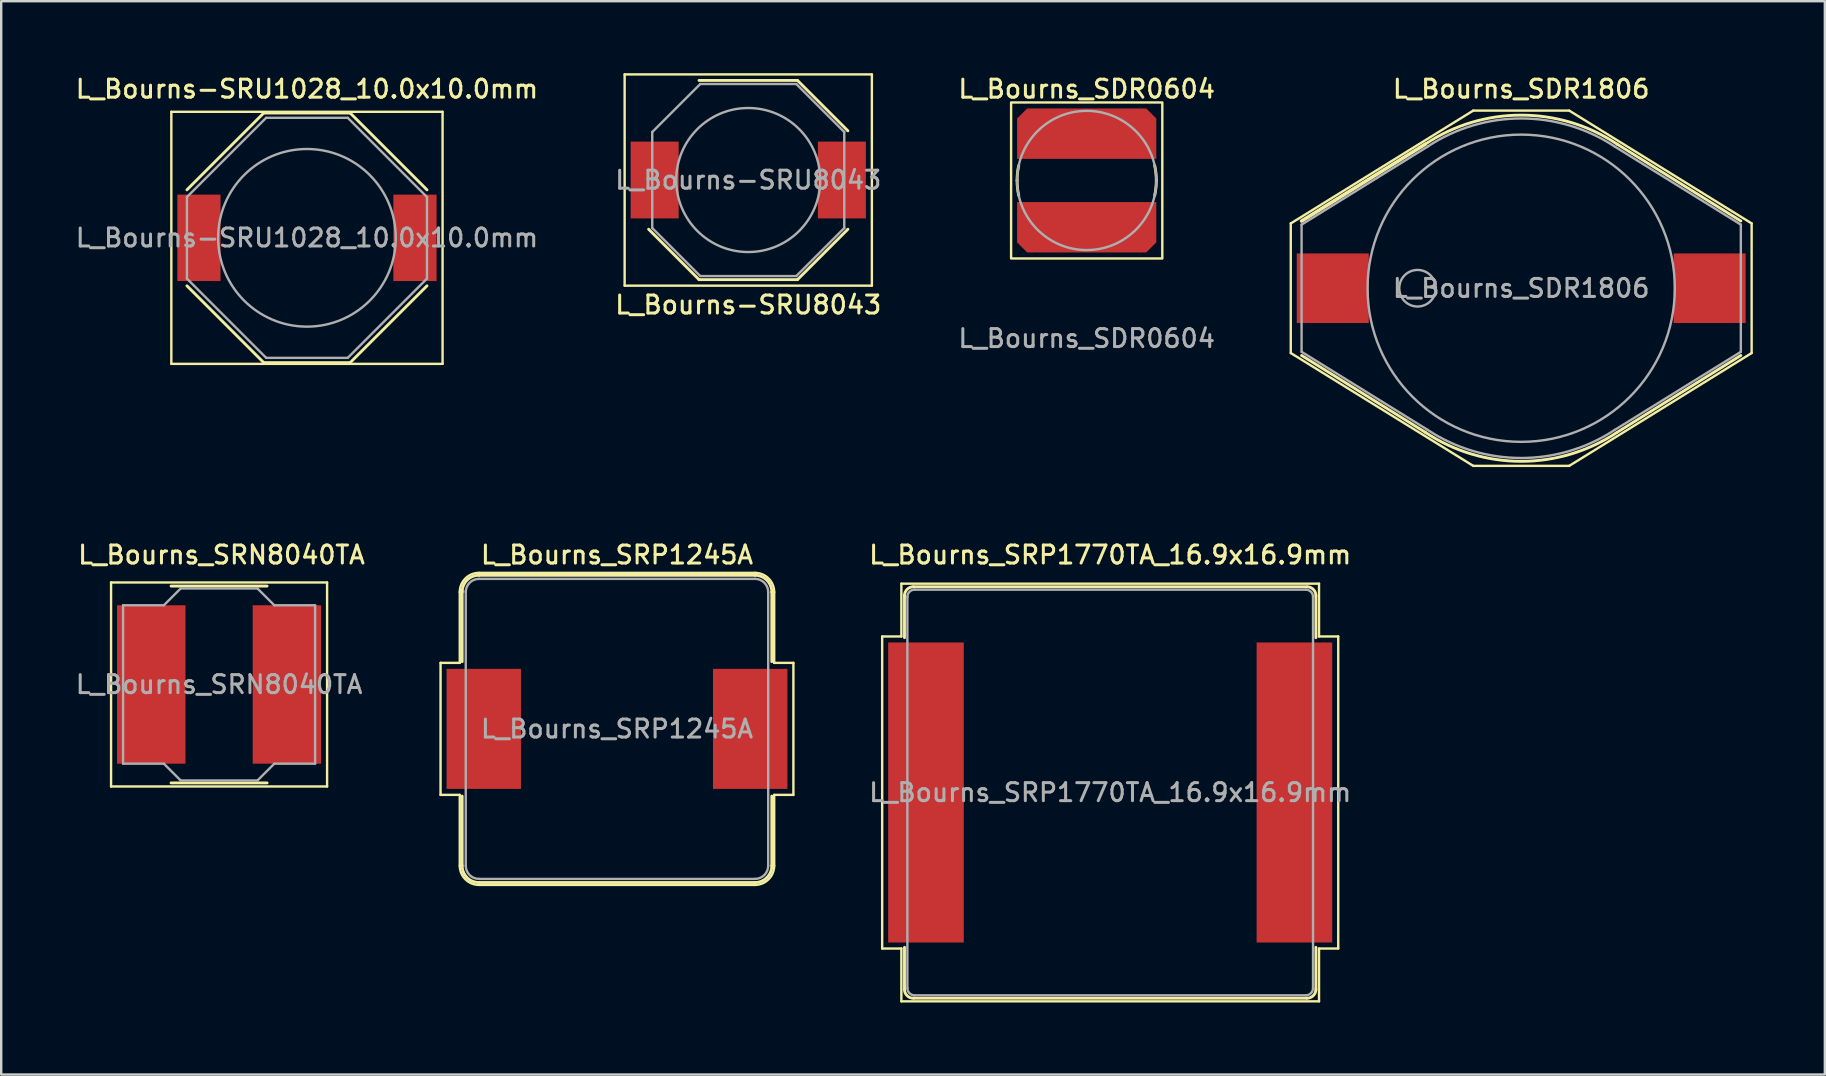
<source format=kicad_pcb>
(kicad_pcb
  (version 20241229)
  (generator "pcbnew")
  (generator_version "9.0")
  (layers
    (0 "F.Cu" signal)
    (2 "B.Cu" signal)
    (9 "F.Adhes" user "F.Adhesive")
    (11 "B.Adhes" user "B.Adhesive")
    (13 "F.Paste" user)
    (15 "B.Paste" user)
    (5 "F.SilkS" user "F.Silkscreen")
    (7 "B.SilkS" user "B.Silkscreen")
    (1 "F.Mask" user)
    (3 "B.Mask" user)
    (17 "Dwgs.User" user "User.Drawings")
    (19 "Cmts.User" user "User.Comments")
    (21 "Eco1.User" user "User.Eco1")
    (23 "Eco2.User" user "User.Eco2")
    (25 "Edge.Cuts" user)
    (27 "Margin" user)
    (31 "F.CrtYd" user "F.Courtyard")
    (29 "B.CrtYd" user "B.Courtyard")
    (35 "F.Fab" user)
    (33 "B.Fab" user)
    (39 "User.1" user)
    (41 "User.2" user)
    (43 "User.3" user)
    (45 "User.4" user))
  (footprint "L_Bourns-SRU8043"
    (layer "F.Cu")
    (at 28.123 4.45)
    (property "Reference" "L_Bourns-SRU8043" (at 0 5.2 0) (layer "F.SilkS") (effects (font (size 0.75 0.75) (thickness 0.125))))
    (attr smd)
    (fp_line (start -5.15 -4.4) (end 5.15 -4.4) (stroke (width 0.1) (type solid)) (layer "F.SilkS"))
    (fp_line (start -5.15 4.4) (end -5.15 -4.4) (stroke (width 0.1) (type solid)) (layer "F.SilkS"))
    (fp_line (start -2.05 -4.15) (end 2.05 -4.15) (stroke (width 0.12) (type solid)) (layer "F.SilkS"))
    (fp_line (start -2.05 4.15) (end -4.15 2.05) (stroke (width 0.12) (type solid)) (layer "F.SilkS"))
    (fp_line (start 2.05 -4.15) (end 4.15 -2.05) (stroke (width 0.12) (type solid)) (layer "F.SilkS"))
    (fp_line (start 2.05 4.15) (end -2.05 4.15) (stroke (width 0.12) (type solid)) (layer "F.SilkS"))
    (fp_line (start 2.05 4.15) (end 4.15 2.05) (stroke (width 0.12) (type solid)) (layer "F.SilkS"))
    (fp_line (start 5.15 -4.4) (end 5.15 4.4) (stroke (width 0.1) (type solid)) (layer "F.SilkS"))
    (fp_line (start 5.15 4.4) (end -5.15 4.4) (stroke (width 0.1) (type solid)) (layer "F.SilkS"))
    (fp_line (start -4 -2) (end -2 -4) (stroke (width 0.1) (type solid)) (layer "F.Fab"))
    (fp_line (start -4 2) (end -4 -2) (stroke (width 0.1) (type solid)) (layer "F.Fab"))
    (fp_line (start -2 -4) (end 2 -4) (stroke (width 0.1) (type solid)) (layer "F.Fab"))
    (fp_line (start -2 4) (end -4 2) (stroke (width 0.1) (type solid)) (layer "F.Fab"))
    (fp_line (start 2 -4) (end 4 -2) (stroke (width 0.1) (type solid)) (layer "F.Fab"))
    (fp_line (start 2 4) (end -2 4) (stroke (width 0.1) (type solid)) (layer "F.Fab"))
    (fp_line (start 4 -2) (end 4 2) (stroke (width 0.1) (type solid)) (layer "F.Fab"))
    (fp_line (start 4 2) (end 2 4) (stroke (width 0.1) (type solid)) (layer "F.Fab"))
    (fp_circle (center 0 0) (end 0 -3) (stroke (width 0.1) (type solid)) (fill no) (layer "F.Fab"))
    (fp_text user "${REFERENCE}" (at 0 0 0) (layer "F.Fab") (effects (font (size 0.75 0.75) (thickness 0.125))))
    (pad "1" smd rect (at -3.9 0) (size 2 3.2) (layers "F.Cu" "F.Mask" "F.Paste"))
    (pad "2" smd rect (at 3.9 0) (size 2 3.2) (layers "F.Cu" "F.Mask" "F.Paste")))
  (footprint "L_Bourns_SDR0604"
    (layer "F.Cu")
    (at 42.223 4.468)
    (property "Reference" "L_Bourns_SDR0604" (at 0 -3.81 0) (unlocked yes) (layer "F.SilkS") (effects (font (size 0.75 0.75) (thickness 0.125))))
    (attr smd)
    (fp_rect (start -3.15 -3.25) (end 3.15 3.25) (stroke (width 0.1) (type default)) (fill no) (layer "F.SilkS"))
    (fp_arc (start -2.9 0) (mid -2.883018 -0.313385) (end -2.832269 -0.623099) (stroke (width 0.12) (type default)) (layer "F.SilkS"))
    (fp_arc (start -2.831919 0.624688) (mid -2.88293 0.314193) (end -2.9 0) (stroke (width 0.12) (type default)) (layer "F.SilkS"))
    (fp_arc (start 2.832559 -0.621781) (mid 2.883091 -0.312714) (end 2.9 0) (stroke (width 0.12) (type default)) (layer "F.SilkS"))
    (fp_arc (start 2.9 0) (mid 2.882818 0.3166) (end 2.831472 0.62948) (stroke (width 0.12) (type default)) (layer "F.SilkS"))
    (fp_circle (center 0 0) (end 2.9 0) (stroke (width 0.1) (type default)) (fill no) (layer "F.Fab"))
    (fp_text user "${REFERENCE}" (at 0 6.58 0) (unlocked yes) (layer "F.Fab") (effects (font (size 0.75 0.75) (thickness 0.125))))
    (pad "1" smd roundrect (at 0 -1.95) (size 5.8 2.1) (layers "F.Cu" "F.Mask" "F.Paste") (roundrect_rratio 0) (chamfer_ratio 0.2) (chamfer top_left top_right))
    (pad "2" smd roundrect (at 0 1.95 180) (size 5.8 2.1) (layers "F.Cu" "F.Mask" "F.Paste") (roundrect_rratio 0) (chamfer_ratio 0.2) (chamfer top_left top_right)))
  (footprint "L_Bourns_SRN8040TA"
    (layer "F.Cu")
    (at 6.077 25.466)
    (property "Reference" "L_Bourns_SRN8040TA" (at 0.1 -5.4 180) (layer "F.SilkS") (effects (font (size 0.75 0.75) (thickness 0.125))))
    (attr smd)
    (fp_line (start -4.5 -4.25) (end -4.5 4.25) (stroke (width 0.1) (type solid)) (layer "F.SilkS"))
    (fp_line (start -4.5 4.25) (end 4.5 4.25) (stroke (width 0.1) (type solid)) (layer "F.SilkS"))
    (fp_line (start 2 -4.1) (end -2 -4.1) (stroke (width 0.12) (type solid)) (layer "F.SilkS"))
    (fp_line (start 2 4.1) (end -2 4.1) (stroke (width 0.12) (type solid)) (layer "F.SilkS"))
    (fp_line (start 4.5 -4.25) (end -4.5 -4.25) (stroke (width 0.1) (type solid)) (layer "F.SilkS"))
    (fp_line (start 4.5 4.25) (end 4.5 -4.25) (stroke (width 0.1) (type solid)) (layer "F.SilkS"))
    (fp_line (start -4 3.3) (end -4 -3.3) (stroke (width 0.1) (type solid)) (layer "F.Fab"))
    (fp_line (start -2.3 -3.3) (end -4 -3.3) (stroke (width 0.1) (type solid)) (layer "F.Fab"))
    (fp_line (start -2.3 3.3) (end -4 3.3) (stroke (width 0.1) (type solid)) (layer "F.Fab"))
    (fp_line (start -1.6 -4) (end -2.3 -3.3) (stroke (width 0.1) (type solid)) (layer "F.Fab"))
    (fp_line (start -1.6 4) (end -2.3 3.3) (stroke (width 0.1) (type solid)) (layer "F.Fab"))
    (fp_line (start 1.6 -4) (end -1.6 -4) (stroke (width 0.1) (type solid)) (layer "F.Fab"))
    (fp_line (start 1.6 -4) (end 2.3 -3.3) (stroke (width 0.1) (type solid)) (layer "F.Fab"))
    (fp_line (start 1.6 4) (end -1.6 4) (stroke (width 0.1) (type solid)) (layer "F.Fab"))
    (fp_line (start 1.6 4) (end 2.3 3.3) (stroke (width 0.1) (type solid)) (layer "F.Fab"))
    (fp_line (start 2.3 -3.3) (end 4 -3.3) (stroke (width 0.1) (type solid)) (layer "F.Fab"))
    (fp_line (start 2.3 3.3) (end 4 3.3) (stroke (width 0.1) (type solid)) (layer "F.Fab"))
    (fp_line (start 4 -3.3) (end 4 3.3) (stroke (width 0.1) (type solid)) (layer "F.Fab"))
    (fp_text user "${REFERENCE}" (at 0 0 0) (layer "F.Fab") (effects (font (size 0.75 0.75) (thickness 0.125))))
    (pad "1" smd rect (at -2.825 0 270) (size 6.6 2.85) (layers "F.Cu" "F.Mask" "F.Paste"))
    (pad "2" smd rect (at 2.825 0 270) (size 6.6 2.85) (layers "F.Cu" "F.Mask" "F.Paste")))
  (footprint "L_Bourns_SRP1770TA_16.9x16.9mm"
    (layer "F.Cu")
    (at 43.202 29.966)
    (property "Reference" "L_Bourns_SRP1770TA_16.9x16.9mm" (at 0 -9.9 0) (layer "F.SilkS") (effects (font (size 0.75 0.75) (thickness 0.125))))
    (attr smd)
    (fp_line (start -9.5 -6.5) (end -9.5 6.5) (stroke (width 0.1) (type solid)) (layer "F.SilkS"))
    (fp_line (start -9.5 -6.5) (end -8.7 -6.5) (stroke (width 0.1) (type solid)) (layer "F.SilkS"))
    (fp_line (start -8.7 -8.7) (end -8.7 -6.5) (stroke (width 0.1) (type solid)) (layer "F.SilkS"))
    (fp_line (start -8.7 -8.7) (end 8.7 -8.7) (stroke (width 0.1) (type solid)) (layer "F.SilkS"))
    (fp_line (start -8.7 6.5) (end -9.5 6.5) (stroke (width 0.1) (type solid)) (layer "F.SilkS"))
    (fp_line (start -8.7 8.7) (end -8.7 6.5) (stroke (width 0.1) (type solid)) (layer "F.SilkS"))
    (fp_line (start -8.57 -8.2) (end -8.57 -6.45) (stroke (width 0.12) (type solid)) (layer "F.SilkS"))
    (fp_line (start -8.57 6.45) (end -8.57 8.2) (stroke (width 0.12) (type solid)) (layer "F.SilkS"))
    (fp_line (start -8.2 -8.57) (end 8.2 -8.57) (stroke (width 0.12) (type solid)) (layer "F.SilkS"))
    (fp_line (start 8.2 8.57) (end -8.2 8.57) (stroke (width 0.12) (type solid)) (layer "F.SilkS"))
    (fp_line (start 8.57 -8.2) (end 8.57 -6.45) (stroke (width 0.12) (type solid)) (layer "F.SilkS"))
    (fp_line (start 8.57 6.45) (end 8.57 8.2) (stroke (width 0.12) (type solid)) (layer "F.SilkS"))
    (fp_line (start 8.7 -8.7) (end 8.7 -6.5) (stroke (width 0.1) (type solid)) (layer "F.SilkS"))
    (fp_line (start 8.7 6.5) (end 8.7 8.7) (stroke (width 0.1) (type solid)) (layer "F.SilkS"))
    (fp_line (start 8.7 8.7) (end -8.7 8.7) (stroke (width 0.1) (type solid)) (layer "F.SilkS"))
    (fp_line (start 9.5 -6.5) (end 8.7 -6.5) (stroke (width 0.1) (type solid)) (layer "F.SilkS"))
    (fp_line (start 9.5 -6.5) (end 9.5 6.5) (stroke (width 0.1) (type solid)) (layer "F.SilkS"))
    (fp_line (start 9.5 6.5) (end 8.7 6.5) (stroke (width 0.1) (type solid)) (layer "F.SilkS"))
    (fp_arc (start -8.57 -8.2) (mid -8.46163 -8.46163) (end -8.2 -8.57) (stroke (width 0.12) (type solid)) (layer "F.SilkS"))
    (fp_arc (start -8.2 8.571214) (mid -8.451658 8.472888) (end -8.57 8.23) (stroke (width 0.12) (type solid)) (layer "F.SilkS"))
    (fp_arc (start 8.209248 -8.569884) (mid 8.464879 -8.458339) (end 8.57 -8.2) (stroke (width 0.12) (type solid)) (layer "F.SilkS"))
    (fp_arc (start 8.570135 8.2) (mid 8.458165 8.465237) (end 8.19 8.57) (stroke (width 0.12) (type solid)) (layer "F.SilkS"))
    (fp_line (start -8.45 -8.15) (end -8.45 8.15) (stroke (width 0.1) (type solid)) (layer "F.Fab"))
    (fp_line (start -8.15 -8.45) (end 8.15 -8.45) (stroke (width 0.1) (type solid)) (layer "F.Fab"))
    (fp_line (start 8.15 8.45) (end -8.15 8.45) (stroke (width 0.1) (type solid)) (layer "F.Fab"))
    (fp_line (start 8.45 -8.15) (end 8.45 8.15) (stroke (width 0.1) (type solid)) (layer "F.Fab"))
    (fp_arc (start -8.45 -8.15) (mid -8.362132 -8.362132) (end -8.15 -8.45) (stroke (width 0.1) (type solid)) (layer "F.Fab"))
    (fp_arc (start -8.15 8.45) (mid -8.362132 8.362132) (end -8.45 8.15) (stroke (width 0.1) (type solid)) (layer "F.Fab"))
    (fp_arc (start 8.15 -8.45) (mid 8.362132 -8.362132) (end 8.45 -8.15) (stroke (width 0.1) (type solid)) (layer "F.Fab"))
    (fp_arc (start 8.45 8.15) (mid 8.362132 8.362132) (end 8.15 8.45) (stroke (width 0.1) (type solid)) (layer "F.Fab"))
    (fp_text user "${REFERENCE}" (at 0 0 0) (layer "F.Fab") (effects (font (size 0.75 0.75) (thickness 0.125))))
    (pad "1" smd rect (at -7.675 0) (size 3.15 12.5) (layers "F.Cu" "F.Mask" "F.Paste"))
    (pad "2" smd rect (at 7.675 0) (size 3.15 12.5) (layers "F.Cu" "F.Mask" "F.Paste")))
  (footprint "L_Bourns-SRU1028_10.0x10.0mm"
    (layer "F.Cu")
    (at 9.738 6.858)
    (property "Reference" "L_Bourns-SRU1028_10.0x10.0mm" (at 0 -6.2 0) (layer "F.SilkS") (effects (font (size 0.75 0.75) (thickness 0.125))))
    (attr smd)
    (fp_line (start -5.65 -5.25) (end 5.65 -5.25) (stroke (width 0.1) (type solid)) (layer "F.SilkS"))
    (fp_line (start -5.65 5.25) (end -5.65 -5.25) (stroke (width 0.1) (type solid)) (layer "F.SilkS"))
    (fp_line (start -1.8 -5.2) (end -5 -2) (stroke (width 0.12) (type solid)) (layer "F.SilkS"))
    (fp_line (start -1.8 -5.2) (end 1.8 -5.2) (stroke (width 0.12) (type solid)) (layer "F.SilkS"))
    (fp_line (start -1.8 5.2) (end -5 2) (stroke (width 0.12) (type solid)) (layer "F.SilkS"))
    (fp_line (start 1.8 -5.2) (end 5 -2) (stroke (width 0.12) (type solid)) (layer "F.SilkS"))
    (fp_line (start 1.8 5.2) (end -1.8 5.2) (stroke (width 0.12) (type solid)) (layer "F.SilkS"))
    (fp_line (start 1.8 5.2) (end 5 2) (stroke (width 0.12) (type solid)) (layer "F.SilkS"))
    (fp_line (start 5.65 -5.25) (end 5.65 5.25) (stroke (width 0.1) (type solid)) (layer "F.SilkS"))
    (fp_line (start 5.65 5.25) (end -5.65 5.25) (stroke (width 0.1) (type solid)) (layer "F.SilkS"))
    (fp_line (start -5 -1.7) (end -1.7 -5) (stroke (width 0.1) (type solid)) (layer "F.Fab"))
    (fp_line (start -5 1.7) (end -5 -1.7) (stroke (width 0.1) (type solid)) (layer "F.Fab"))
    (fp_line (start -1.7 -5) (end 1.7 -5) (stroke (width 0.1) (type solid)) (layer "F.Fab"))
    (fp_line (start -1.7 5) (end -5 1.7) (stroke (width 0.1) (type solid)) (layer "F.Fab"))
    (fp_line (start 1.7 -5) (end 5 -1.7) (stroke (width 0.1) (type solid)) (layer "F.Fab"))
    (fp_line (start 1.7 5) (end -1.7 5) (stroke (width 0.1) (type solid)) (layer "F.Fab"))
    (fp_line (start 5 -1.7) (end 5 1.7) (stroke (width 0.1) (type solid)) (layer "F.Fab"))
    (fp_line (start 5 1.7) (end 1.7 5) (stroke (width 0.1) (type solid)) (layer "F.Fab"))
    (fp_circle (center 0 0) (end 3.7 0) (stroke (width 0.1) (type solid)) (fill no) (layer "F.Fab"))
    (fp_text user "${REFERENCE}" (at 0 0 0) (layer "F.Fab") (effects (font (size 0.75 0.75) (thickness 0.125))))
    (pad "1" smd rect (at -4.5 0) (size 1.8 3.6) (layers "F.Cu" "F.Mask" "F.Paste"))
    (pad "2" smd rect (at 4.5 0) (size 1.8 3.6) (layers "F.Cu" "F.Mask" "F.Paste")))
  (footprint "L_Bourns_SRP1245A"
    (layer "F.Cu")
    (at 22.654 27.316)
    (property "Reference" "L_Bourns_SRP1245A" (at 0 -7.25 0) (layer "F.SilkS") (effects (font (size 0.75 0.75) (thickness 0.125))))
    (attr smd)
    (fp_line (start -7.35 -2.75) (end -6.55 -2.75) (stroke (width 0.1) (type solid)) (layer "F.SilkS"))
    (fp_line (start -7.35 2.75) (end -7.35 -2.75) (stroke (width 0.1) (type solid)) (layer "F.SilkS"))
    (fp_line (start -7.35 2.75) (end -6.55 2.75) (stroke (width 0.1) (type solid)) (layer "F.SilkS"))
    (fp_line (start -6.55 -2.75) (end -6.55 -5.7) (stroke (width 0.1) (type solid)) (layer "F.SilkS"))
    (fp_line (start -6.55 5.7) (end -6.55 2.75) (stroke (width 0.1) (type solid)) (layer "F.SilkS"))
    (fp_line (start -6.45 -5.75) (end -6.45 -2.8) (stroke (width 0.12) (type solid)) (layer "F.SilkS"))
    (fp_line (start -6.45 2.8) (end -6.45 5.7) (stroke (width 0.12) (type solid)) (layer "F.SilkS"))
    (fp_line (start -5.75 -6.5) (end 5.75 -6.5) (stroke (width 0.1) (type solid)) (layer "F.SilkS"))
    (fp_line (start -5.75 -6.4) (end 5.75 -6.4) (stroke (width 0.12) (type solid)) (layer "F.SilkS"))
    (fp_line (start 5.75 6.4) (end -5.75 6.4) (stroke (width 0.12) (type solid)) (layer "F.SilkS"))
    (fp_line (start 5.75 6.5) (end -5.75 6.5) (stroke (width 0.1) (type solid)) (layer "F.SilkS"))
    (fp_line (start 6.45 -5.7) (end 6.45 -2.8) (stroke (width 0.12) (type solid)) (layer "F.SilkS"))
    (fp_line (start 6.45 2.8) (end 6.45 5.7) (stroke (width 0.12) (type solid)) (layer "F.SilkS"))
    (fp_line (start 6.55 -5.7) (end 6.55 -2.75) (stroke (width 0.1) (type solid)) (layer "F.SilkS"))
    (fp_line (start 6.55 2.75) (end 6.55 5.7) (stroke (width 0.1) (type solid)) (layer "F.SilkS"))
    (fp_line (start 7.35 -2.75) (end 6.55 -2.75) (stroke (width 0.1) (type solid)) (layer "F.SilkS"))
    (fp_line (start 7.35 -2.75) (end 7.35 2.75) (stroke (width 0.1) (type solid)) (layer "F.SilkS"))
    (fp_line (start 7.35 2.75) (end 6.55 2.75) (stroke (width 0.1) (type solid)) (layer "F.SilkS"))
    (fp_arc (start -6.55 -5.7) (mid -6.315685 -6.265685) (end -5.75 -6.5) (stroke (width 0.1) (type solid)) (layer "F.SilkS"))
    (fp_arc (start -6.45 -5.7) (mid -6.244975 -6.194975) (end -5.75 -6.4) (stroke (width 0.12) (type solid)) (layer "F.SilkS"))
    (fp_arc (start -5.75 6.4) (mid -6.244975 6.194975) (end -6.45 5.7) (stroke (width 0.12) (type solid)) (layer "F.SilkS"))
    (fp_arc (start -5.75 6.5) (mid -6.315685 6.265685) (end -6.55 5.7) (stroke (width 0.1) (type solid)) (layer "F.SilkS"))
    (fp_arc (start 5.75 -6.5) (mid 6.315685 -6.265685) (end 6.55 -5.7) (stroke (width 0.1) (type solid)) (layer "F.SilkS"))
    (fp_arc (start 5.75 -6.4) (mid 6.244975 -6.194975) (end 6.45 -5.7) (stroke (width 0.12) (type solid)) (layer "F.SilkS"))
    (fp_arc (start 6.45 5.7) (mid 6.244975 6.194975) (end 5.75 6.4) (stroke (width 0.12) (type solid)) (layer "F.SilkS"))
    (fp_arc (start 6.55 5.7) (mid 6.315685 6.265685) (end 5.75 6.5) (stroke (width 0.1) (type solid)) (layer "F.SilkS"))
    (fp_line (start -6.3 -5.75) (end -6.3 5.7) (stroke (width 0.1) (type solid)) (layer "F.Fab"))
    (fp_line (start -5.75 -6.25) (end 5.75 -6.25) (stroke (width 0.1) (type solid)) (layer "F.Fab"))
    (fp_line (start 5.75 6.25) (end -5.75 6.25) (stroke (width 0.1) (type solid)) (layer "F.Fab"))
    (fp_line (start 6.3 -5.7) (end 6.3 5.7) (stroke (width 0.1) (type solid)) (layer "F.Fab"))
    (fp_arc (start -6.3 -5.7) (mid -6.138909 -6.088909) (end -5.75 -6.25) (stroke (width 0.1) (type solid)) (layer "F.Fab"))
    (fp_arc (start -5.75 6.25) (mid -6.138909 6.088909) (end -6.3 5.7) (stroke (width 0.1) (type solid)) (layer "F.Fab"))
    (fp_arc (start 5.75 -6.25) (mid 6.138909 -6.088909) (end 6.3 -5.7) (stroke (width 0.1) (type solid)) (layer "F.Fab"))
    (fp_arc (start 6.3 5.7) (mid 6.138909 6.088909) (end 5.75 6.25) (stroke (width 0.1) (type solid)) (layer "F.Fab"))
    (fp_text user "${REFERENCE}" (at 0 0 0) (layer "F.Fab") (effects (font (size 0.75 0.75) (thickness 0.125))))
    (pad "1" smd rect (at -5.55 0) (size 3.1 5) (layers "F.Cu" "F.Mask" "F.Paste"))
    (pad "2" smd rect (at 5.55 0) (size 3.1 5) (layers "F.Cu" "F.Mask" "F.Paste")))
  (footprint "L_Bourns_SDR1806"
    (layer "F.Cu")
    (at 60.325 8.958)
    (property "Reference" "L_Bourns_SDR1806" (at 0 -8.3 0) (layer "F.SilkS") (effects (font (size 0.75 0.75) (thickness 0.125))))
    (attr smd)
    (fp_line (start -9.6 2.7) (end -9.6 -2.7) (stroke (width 0.1) (type solid)) (layer "F.SilkS"))
    (fp_line (start -9.6 2.7) (end -2 7.4) (stroke (width 0.1) (type solid)) (layer "F.SilkS"))
    (fp_line (start -9.15 -2.8) (end -4 -6) (stroke (width 0.15) (type solid)) (layer "F.SilkS"))
    (fp_line (start -4 6) (end -9.15 2.8) (stroke (width 0.12) (type solid)) (layer "F.SilkS"))
    (fp_line (start -2 -7.4) (end -9.6 -2.7) (stroke (width 0.1) (type solid)) (layer "F.SilkS"))
    (fp_line (start -2 -7.4) (end 2 -7.4) (stroke (width 0.1) (type solid)) (layer "F.SilkS"))
    (fp_line (start 2 7.4) (end -2 7.4) (stroke (width 0.1) (type solid)) (layer "F.SilkS"))
    (fp_line (start 2 7.4) (end 9.6 2.7) (stroke (width 0.1) (type solid)) (layer "F.SilkS"))
    (fp_line (start 4 -6) (end 9.15 -2.8) (stroke (width 0.12) (type solid)) (layer "F.SilkS"))
    (fp_line (start 9.15 2.8) (end 4 6) (stroke (width 0.12) (type solid)) (layer "F.SilkS"))
    (fp_line (start 9.6 -2.7) (end 2 -7.4) (stroke (width 0.1) (type solid)) (layer "F.SilkS"))
    (fp_line (start 9.6 -2.7) (end 9.6 2.7) (stroke (width 0.1) (type solid)) (layer "F.SilkS"))
    (fp_arc (start -3.991604 -6.005589) (mid 0.005043 -7.211101) (end 4 -6) (stroke (width 0.12) (type solid)) (layer "F.SilkS"))
    (fp_arc (start 3.991604 6.005589) (mid -0.005043 7.211101) (end -4 6) (stroke (width 0.12) (type solid)) (layer "F.SilkS"))
    (fp_line (start -9.15 -2.65) (end -9.15 2.65) (stroke (width 0.1) (type solid)) (layer "F.Fab"))
    (fp_line (start -9.15 -2.65) (end -3.9 -5.9) (stroke (width 0.1) (type solid)) (layer "F.Fab"))
    (fp_line (start -3.9 5.9) (end -9.15 2.65) (stroke (width 0.1) (type solid)) (layer "F.Fab"))
    (fp_line (start 3.9 -5.9) (end 9.15 -2.65) (stroke (width 0.1) (type solid)) (layer "F.Fab"))
    (fp_line (start 9.15 2.65) (end 3.9 5.9) (stroke (width 0.1) (type solid)) (layer "F.Fab"))
    (fp_line (start 9.15 2.65) (end 9.15 -2.65) (stroke (width 0.1) (type solid)) (layer "F.Fab"))
    (fp_arc (start -3.896832 -5.902093) (mid 0.001898 -7.072482) (end 3.9 -5.9) (stroke (width 0.1) (type solid)) (layer "F.Fab"))
    (fp_arc (start 3.896832 5.902093) (mid -0.001898 7.072482) (end -3.9 5.9) (stroke (width 0.1) (type solid)) (layer "F.Fab"))
    (fp_circle (center -4.318 0) (end -4.318 -0.762) (stroke (width 0.1) (type solid)) (fill no) (layer "F.Fab"))
    (fp_circle (center 0 0) (end 0 -6.4) (stroke (width 0.1) (type solid)) (fill no) (layer "F.Fab"))
    (fp_text user "${REFERENCE}" (at 0 0 0) (layer "F.Fab") (effects (font (size 0.75 0.75) (thickness 0.125))))
    (pad "1" smd rect (at -7.85 0) (size 3 2.9) (layers "F.Cu" "F.Mask" "F.Paste"))
    (pad "2" smd rect (at 7.85 0 180) (size 3 2.9) (layers "F.Cu" "F.Mask" "F.Paste")))
  (gr_rect
    (start -3 -3)
    (end 72.975 41.716)
    (stroke (width 0.1) (type default))
    (fill no)
    (layer "Edge.Cuts")))
</source>
